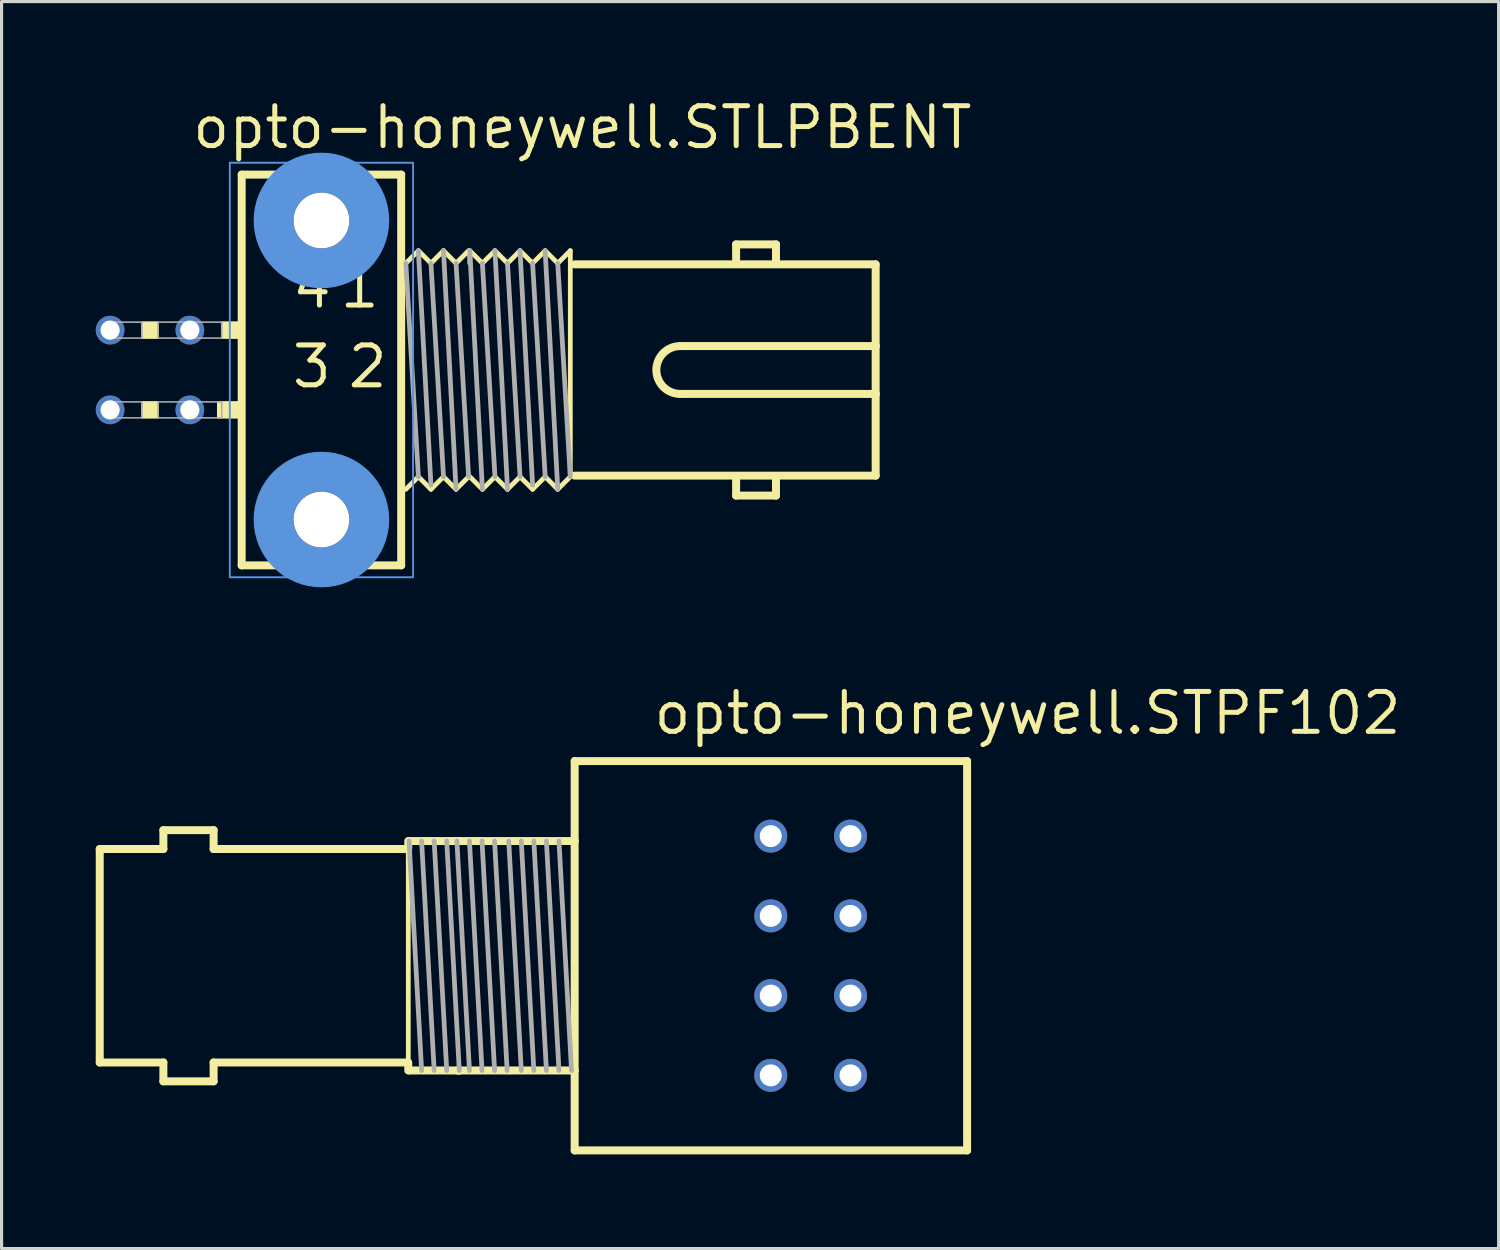
<source format=kicad_pcb>
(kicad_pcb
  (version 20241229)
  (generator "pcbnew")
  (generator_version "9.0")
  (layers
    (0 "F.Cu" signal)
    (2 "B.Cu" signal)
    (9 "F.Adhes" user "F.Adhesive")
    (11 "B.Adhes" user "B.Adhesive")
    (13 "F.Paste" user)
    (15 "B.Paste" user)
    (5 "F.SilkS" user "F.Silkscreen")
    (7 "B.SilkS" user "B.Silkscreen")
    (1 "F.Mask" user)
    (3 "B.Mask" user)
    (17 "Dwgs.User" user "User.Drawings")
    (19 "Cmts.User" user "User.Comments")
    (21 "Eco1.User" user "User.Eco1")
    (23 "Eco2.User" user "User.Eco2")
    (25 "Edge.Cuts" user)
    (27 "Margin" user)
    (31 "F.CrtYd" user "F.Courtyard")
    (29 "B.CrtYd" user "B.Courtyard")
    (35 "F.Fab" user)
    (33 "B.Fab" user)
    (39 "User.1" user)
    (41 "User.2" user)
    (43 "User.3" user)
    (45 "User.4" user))
  (footprint "opto-honeywell.STPF102"
    (layer "F.Cu")
    (at 21.5 27.392)
    (property "Reference" "opto-honeywell.STPF102" (at -3.81 -6.985 0) (layer "F.SilkS") (effects (font (size 1.27 1.27) (thickness 0.16)) (justify left bottom)))
    (attr through_hole)
    (fp_line (start -21.373 -3.4) (end -19.346 -3.4) (stroke (width 0.254) (type default)) (layer "F.SilkS"))
    (fp_line (start -21.373 3.4) (end -21.373 -3.4) (stroke (width 0.254) (type default)) (layer "F.SilkS"))
    (fp_line (start -19.346 -4) (end -17.746 -4) (stroke (width 0.254) (type default)) (layer "F.SilkS"))
    (fp_line (start -19.346 -3.4) (end -19.346 -4) (stroke (width 0.254) (type default)) (layer "F.SilkS"))
    (fp_line (start -19.346 3.4) (end -21.373 3.4) (stroke (width 0.254) (type default)) (layer "F.SilkS"))
    (fp_line (start -19.346 4) (end -19.346 3.4) (stroke (width 0.254) (type default)) (layer "F.SilkS"))
    (fp_line (start -17.746 -4) (end -17.746 -3.4) (stroke (width 0.254) (type default)) (layer "F.SilkS"))
    (fp_line (start -17.746 -3.4) (end -11.546 -3.4) (stroke (width 0.254) (type default)) (layer "F.SilkS"))
    (fp_line (start -17.746 3.4) (end -17.746 4) (stroke (width 0.254) (type default)) (layer "F.SilkS"))
    (fp_line (start -17.746 4) (end -19.346 4) (stroke (width 0.254) (type default)) (layer "F.SilkS"))
    (fp_line (start -11.546 -3.458) (end -11.546 -3.654) (stroke (width 0.254) (type default)) (layer "F.SilkS"))
    (fp_line (start -11.546 3.4) (end -17.746 3.4) (stroke (width 0.254) (type default)) (layer "F.SilkS"))
    (fp_line (start -11.546 3.4) (end -11.546 -3.4) (stroke (width 0.152) (type default)) (layer "F.SilkS"))
    (fp_line (start -11.546 3.654) (end -11.546 3.458) (stroke (width 0.254) (type default)) (layer "F.SilkS"))
    (fp_line (start -11.521 -3.654) (end -9.921 -3.654) (stroke (width 0.254) (type default)) (layer "F.SilkS"))
    (fp_line (start -9.997 -3.654) (end -9.921 -3.654) (stroke (width 0.254) (type default)) (layer "F.SilkS"))
    (fp_line (start -9.921 -3.654) (end -8.397 -3.654) (stroke (width 0.254) (type default)) (layer "F.SilkS"))
    (fp_line (start -9.921 3.654) (end -11.521 3.654) (stroke (width 0.254) (type default)) (layer "F.SilkS"))
    (fp_line (start -9.921 3.654) (end -9.997 3.654) (stroke (width 0.254) (type default)) (layer "F.SilkS"))
    (fp_line (start -8.397 3.654) (end -9.921 3.654) (stroke (width 0.254) (type default)) (layer "F.SilkS"))
    (fp_line (start -8.346 -3.654) (end -6.246 -3.654) (stroke (width 0.254) (type default)) (layer "F.SilkS"))
    (fp_line (start -6.246 6.2) (end -6.246 3.654) (stroke (width 0.254) (type default)) (layer "F.SilkS"))
    (fp_line (start -6.246 -6.2) (end 6.254 -6.2) (stroke (width 0.254) (type default)) (layer "F.SilkS"))
    (fp_line (start -6.246 -3.654) (end -6.246 -6.2) (stroke (width 0.254) (type default)) (layer "F.SilkS"))
    (fp_line (start -6.246 -3.654) (end -6.246 3.654) (stroke (width 0.254) (type default)) (layer "F.SilkS"))
    (fp_line (start -6.246 3.654) (end -8.346 3.654) (stroke (width 0.254) (type default)) (layer "F.SilkS"))
    (fp_line (start 6.254 -6.2) (end 6.254 6.2) (stroke (width 0.254) (type default)) (layer "F.SilkS"))
    (fp_line (start 6.254 6.2) (end -6.246 6.2) (stroke (width 0.254) (type default)) (layer "F.SilkS"))
    (fp_line (start -11.521 -3.654) (end -11.121 3.654) (stroke (width 0.152) (type default)) (layer "F.Fab"))
    (fp_line (start -11.121 -3.654) (end -10.721 3.654) (stroke (width 0.152) (type default)) (layer "F.Fab"))
    (fp_line (start -10.721 -3.654) (end -10.321 3.654) (stroke (width 0.152) (type default)) (layer "F.Fab"))
    (fp_line (start -10.321 -3.654) (end -9.921 3.654) (stroke (width 0.152) (type default)) (layer "F.Fab"))
    (fp_line (start -9.997 -3.654) (end -9.597 3.654) (stroke (width 0.152) (type default)) (layer "F.Fab"))
    (fp_line (start -9.597 -3.654) (end -9.197 3.654) (stroke (width 0.152) (type default)) (layer "F.Fab"))
    (fp_line (start -9.197 -3.654) (end -8.797 3.654) (stroke (width 0.152) (type default)) (layer "F.Fab"))
    (fp_line (start -8.797 -3.654) (end -8.397 3.654) (stroke (width 0.152) (type default)) (layer "F.Fab"))
    (fp_line (start -8.346 -3.654) (end -7.946 3.654) (stroke (width 0.152) (type default)) (layer "F.Fab"))
    (fp_line (start -7.946 -3.654) (end -7.546 3.654) (stroke (width 0.152) (type default)) (layer "F.Fab"))
    (fp_line (start -7.546 -3.654) (end -7.146 3.654) (stroke (width 0.152) (type default)) (layer "F.Fab"))
    (fp_line (start -7.146 -3.654) (end -6.746 3.654) (stroke (width 0.152) (type default)) (layer "F.Fab"))
    (fp_line (start -6.746 -3.654) (end -6.346 3.654) (stroke (width 0.152) (type default)) (layer "F.Fab"))
    (pad "1" thru_hole circle (at 2.54 3.81) (size 1.05 1.05) (drill 0.7) (layers "*.Cu" "*.Mask"))
    (pad "2" thru_hole circle (at 2.54 1.27) (size 1.05 1.05) (drill 0.7) (layers "*.Cu" "*.Mask"))
    (pad "3" thru_hole circle (at 2.54 -1.27) (size 1.05 1.05) (drill 0.7) (layers "*.Cu" "*.Mask"))
    (pad "4" thru_hole circle (at 2.54 -3.81) (size 1.05 1.05) (drill 0.7) (layers "*.Cu" "*.Mask"))
    (pad "5" thru_hole circle (at 0 -3.81) (size 1.05 1.05) (drill 0.7) (layers "*.Cu" "*.Mask"))
    (pad "6" thru_hole circle (at 0 -1.27) (size 1.05 1.05) (drill 0.7) (layers "*.Cu" "*.Mask"))
    (pad "7" thru_hole circle (at 0 1.27) (size 1.05 1.05) (drill 0.7) (layers "*.Cu" "*.Mask"))
    (pad "8" thru_hole circle (at 0 3.81) (size 1.05 1.05) (drill 0.7) (layers "*.Cu" "*.Mask")))
  (footprint "opto-honeywell.STLPBENT"
    (layer "F.Cu")
    (at 8.077 8.735)
    (property "Reference" "opto-honeywell.STLPBENT" (at -5.08 -6.985 0) (layer "F.SilkS") (effects (font (size 1.27 1.27) (thickness 0.16)) (justify left bottom)))
    (attr through_hole)
    (fp_line (start -3.429 -6.223) (end 1.651 -6.223) (stroke (width 0.254) (type default)) (layer "F.SilkS"))
    (fp_line (start -3.429 6.223) (end -3.429 -6.223) (stroke (width 0.254) (type default)) (layer "F.SilkS"))
    (fp_line (start 1.651 -6.223) (end 1.651 6.223) (stroke (width 0.254) (type default)) (layer "F.SilkS"))
    (fp_line (start 1.651 6.223) (end -3.429 6.223) (stroke (width 0.254) (type default)) (layer "F.SilkS"))
    (fp_line (start 2.199 -3.8) (end 1.799 -3.4) (stroke (width 0.152) (type default)) (layer "F.SilkS"))
    (fp_line (start 2.199 3.4) (end 1.799 3.8) (stroke (width 0.152) (type default)) (layer "F.SilkS"))
    (fp_line (start 2.599 -3.4) (end 2.199 -3.8) (stroke (width 0.152) (type default)) (layer "F.SilkS"))
    (fp_line (start 2.599 3.8) (end 2.199 3.4) (stroke (width 0.152) (type default)) (layer "F.SilkS"))
    (fp_line (start 2.999 -3.8) (end 2.599 -3.4) (stroke (width 0.152) (type default)) (layer "F.SilkS"))
    (fp_line (start 2.999 3.4) (end 2.599 3.8) (stroke (width 0.152) (type default)) (layer "F.SilkS"))
    (fp_line (start 3.399 -3.4) (end 2.999 -3.8) (stroke (width 0.152) (type default)) (layer "F.SilkS"))
    (fp_line (start 3.399 3.8) (end 2.999 3.4) (stroke (width 0.152) (type default)) (layer "F.SilkS"))
    (fp_line (start 3.799 -3.8) (end 3.399 -3.4) (stroke (width 0.152) (type default)) (layer "F.SilkS"))
    (fp_line (start 3.799 3.4) (end 3.399 3.8) (stroke (width 0.152) (type default)) (layer "F.SilkS"))
    (fp_line (start 3.837 -3.4) (end 3.837 -3.8) (stroke (width 0.152) (type default)) (layer "F.SilkS"))
    (fp_line (start 4.238 -3.4) (end 3.837 -3.8) (stroke (width 0.152) (type default)) (layer "F.SilkS"))
    (fp_line (start 4.238 3.8) (end 3.837 3.4) (stroke (width 0.152) (type default)) (layer "F.SilkS"))
    (fp_line (start 4.638 -3.8) (end 4.238 -3.4) (stroke (width 0.152) (type default)) (layer "F.SilkS"))
    (fp_line (start 4.638 3.4) (end 4.238 3.8) (stroke (width 0.152) (type default)) (layer "F.SilkS"))
    (fp_line (start 5.038 -3.4) (end 4.638 -3.8) (stroke (width 0.152) (type default)) (layer "F.SilkS"))
    (fp_line (start 5.038 3.8) (end 4.638 3.4) (stroke (width 0.152) (type default)) (layer "F.SilkS"))
    (fp_line (start 5.437 -3.8) (end 5.038 -3.4) (stroke (width 0.152) (type default)) (layer "F.SilkS"))
    (fp_line (start 5.437 3.4) (end 5.038 3.8) (stroke (width 0.152) (type default)) (layer "F.SilkS"))
    (fp_line (start 5.837 -3.4) (end 5.437 -3.8) (stroke (width 0.152) (type default)) (layer "F.SilkS"))
    (fp_line (start 5.837 3.8) (end 5.437 3.4) (stroke (width 0.152) (type default)) (layer "F.SilkS"))
    (fp_line (start 6.238 -3.8) (end 5.837 -3.4) (stroke (width 0.152) (type default)) (layer "F.SilkS"))
    (fp_line (start 6.238 3.4) (end 5.837 3.8) (stroke (width 0.152) (type default)) (layer "F.SilkS"))
    (fp_line (start 6.638 -3.4) (end 6.238 -3.8) (stroke (width 0.152) (type default)) (layer "F.SilkS"))
    (fp_line (start 6.638 3.8) (end 6.238 3.4) (stroke (width 0.152) (type default)) (layer "F.SilkS"))
    (fp_line (start 7.038 -3.8) (end 6.638 -3.4) (stroke (width 0.152) (type default)) (layer "F.SilkS"))
    (fp_line (start 7.038 -3.8) (end 7.038 3.331) (stroke (width 0.152) (type default)) (layer "F.SilkS"))
    (fp_line (start 7.038 3.4) (end 6.638 3.8) (stroke (width 0.152) (type default)) (layer "F.SilkS"))
    (fp_line (start 7.176 3.365) (end 16.764 3.365) (stroke (width 0.254) (type default)) (layer "F.SilkS"))
    (fp_line (start 10.541 0.762) (end 16.764 0.762) (stroke (width 0.254) (type default)) (layer "F.SilkS"))
    (fp_line (start 12.319 -4) (end 13.589 -4) (stroke (width 0.254) (type default)) (layer "F.SilkS"))
    (fp_line (start 12.319 -3.429) (end 12.319 -4) (stroke (width 0.254) (type default)) (layer "F.SilkS"))
    (fp_line (start 12.319 4) (end 12.319 3.429) (stroke (width 0.254) (type default)) (layer "F.SilkS"))
    (fp_line (start 13.589 -4) (end 13.589 -3.429) (stroke (width 0.254) (type default)) (layer "F.SilkS"))
    (fp_line (start 13.589 3.429) (end 13.589 4) (stroke (width 0.254) (type default)) (layer "F.SilkS"))
    (fp_line (start 13.589 4) (end 12.319 4) (stroke (width 0.254) (type default)) (layer "F.SilkS"))
    (fp_line (start 16.764 -3.365) (end 7.176 -3.365) (stroke (width 0.254) (type default)) (layer "F.SilkS"))
    (fp_line (start 16.764 -0.762) (end 10.541 -0.762) (stroke (width 0.254) (type default)) (layer "F.SilkS"))
    (fp_line (start 16.764 -0.762) (end 16.764 -3.365) (stroke (width 0.254) (type default)) (layer "F.SilkS"))
    (fp_line (start 16.764 0.762) (end 16.764 -0.762) (stroke (width 0.254) (type default)) (layer "F.SilkS"))
    (fp_line (start 16.764 3.365) (end 16.764 0.762) (stroke (width 0.254) (type default)) (layer "F.SilkS"))
    (fp_rect (start -6.604 -1.016) (end -6.096 -1.524) (stroke (width 0.05) (type default)) (fill yes) (layer "F.SilkS"))
    (fp_rect (start -6.604 1.524) (end -6.096 1.016) (stroke (width 0.05) (type default)) (fill yes) (layer "F.SilkS"))
    (fp_rect (start -4.191 1.524) (end -3.429 1.016) (stroke (width 0.05) (type default)) (fill yes) (layer "F.SilkS"))
    (fp_rect (start -4.064 -1.016) (end -3.429 -1.524) (stroke (width 0.05) (type default)) (fill yes) (layer "F.SilkS"))
    (fp_arc (start 10.541 0.762) (mid 9.779 0) (end 10.541 -0.762) (stroke (width 0.254) (type default)) (layer "F.SilkS"))
    (fp_rect (start -3.81 6.604) (end 2.032 -6.604) (stroke (width 0.05) (type default)) (fill no) (layer "Cmts.User"))
    (fp_rect (start -3.81 6.604) (end 2.032 -6.604) (stroke (width 0.05) (type default)) (fill no) (layer "Cmts.User"))
    (fp_circle (center -0.889 -4.763) (end 0.635 -4.763) (stroke (width 1.27) (type default)) (fill no) (layer "Cmts.User"))
    (fp_circle (center -0.889 4.763) (end 0.635 4.763) (stroke (width 1.27) (type default)) (fill no) (layer "Cmts.User"))
    (fp_line (start 2.199 3.4) (end 1.799 -3.4) (stroke (width 0.152) (type default)) (layer "F.Fab"))
    (fp_line (start 2.599 3.663) (end 2.199 -3.8) (stroke (width 0.152) (type default)) (layer "F.Fab"))
    (fp_line (start 2.999 3.4) (end 2.599 -3.4) (stroke (width 0.152) (type default)) (layer "F.Fab"))
    (fp_line (start 3.399 3.8) (end 2.999 -3.8) (stroke (width 0.152) (type default)) (layer "F.Fab"))
    (fp_line (start 3.799 3.4) (end 3.399 -3.4) (stroke (width 0.152) (type default)) (layer "F.Fab"))
    (fp_line (start 4.238 3.8) (end 3.837 -3.8) (stroke (width 0.152) (type default)) (layer "F.Fab"))
    (fp_line (start 4.638 3.4) (end 4.238 -3.4) (stroke (width 0.152) (type default)) (layer "F.Fab"))
    (fp_line (start 5.038 3.8) (end 4.638 -3.8) (stroke (width 0.152) (type default)) (layer "F.Fab"))
    (fp_line (start 5.437 3.4) (end 5.038 -3.4) (stroke (width 0.152) (type default)) (layer "F.Fab"))
    (fp_line (start 5.837 3.663) (end 5.437 -3.8) (stroke (width 0.152) (type default)) (layer "F.Fab"))
    (fp_line (start 6.238 3.4) (end 5.837 -3.4) (stroke (width 0.152) (type default)) (layer "F.Fab"))
    (fp_line (start 6.638 3.8) (end 6.238 -3.8) (stroke (width 0.152) (type default)) (layer "F.Fab"))
    (fp_line (start 7.038 3.4) (end 6.638 -3.4) (stroke (width 0.152) (type default)) (layer "F.Fab"))
    (fp_rect (start -7.747 -1.016) (end -6.604 -1.524) (stroke (width 0.05) (type default)) (fill no) (layer "F.Fab"))
    (fp_rect (start -7.747 1.524) (end -6.604 1.016) (stroke (width 0.05) (type default)) (fill no) (layer "F.Fab"))
    (fp_rect (start -6.096 -1.016) (end -4.953 -1.524) (stroke (width 0.05) (type default)) (fill no) (layer "F.Fab"))
    (fp_rect (start -6.096 1.524) (end -4.953 1.016) (stroke (width 0.05) (type default)) (fill no) (layer "F.Fab"))
    (fp_rect (start -5.207 -1.016) (end -4.064 -1.524) (stroke (width 0.05) (type default)) (fill no) (layer "F.Fab"))
    (fp_rect (start -5.207 1.524) (end -4.064 1.016) (stroke (width 0.05) (type default)) (fill no) (layer "F.Fab"))
    (fp_text user "4" (at -1.905 -1.905 180) (layer "F.SilkS") (effects (font (size 1.27 1.27) (thickness 0.16)) (justify left bottom)))
    (fp_text user "3" (at -1.905 0.635 180) (layer "F.SilkS") (effects (font (size 1.27 1.27) (thickness 0.16)) (justify left bottom)))
    (fp_text user "1" (at -0.381 -1.905 180) (layer "F.SilkS") (effects (font (size 1.27 1.27) (thickness 0.16)) (justify left bottom)))
    (fp_text user "2" (at -0.127 0.635 180) (layer "F.SilkS") (effects (font (size 1.27 1.27) (thickness 0.16)) (justify left bottom)))
    (pad "" np_thru_hole circle (at -0.889 -4.763) (size 1.778 1.778) (drill 1.778) (layers "*.Cu" "*.Mask"))
    (pad "" np_thru_hole circle (at -0.889 4.763) (size 1.778 1.778) (drill 1.778) (layers "*.Cu" "*.Mask"))
    (pad "1" thru_hole circle (at -5.08 -1.27) (size 0.914 0.914) (drill 0.61) (layers "*.Cu" "*.Mask"))
    (pad "2" thru_hole circle (at -5.08 1.27) (size 0.914 0.914) (drill 0.61) (layers "*.Cu" "*.Mask"))
    (pad "3" thru_hole circle (at -7.62 1.27) (size 0.914 0.914) (drill 0.61) (layers "*.Cu" "*.Mask"))
    (pad "4" thru_hole circle (at -7.62 -1.27) (size 0.914 0.914) (drill 0.61) (layers "*.Cu" "*.Mask")))
  (gr_rect
    (start -3 -3)
    (end 44.683 36.718)
    (stroke (width 0.1) (type default))
    (fill no)
    (layer "Edge.Cuts")))
</source>
